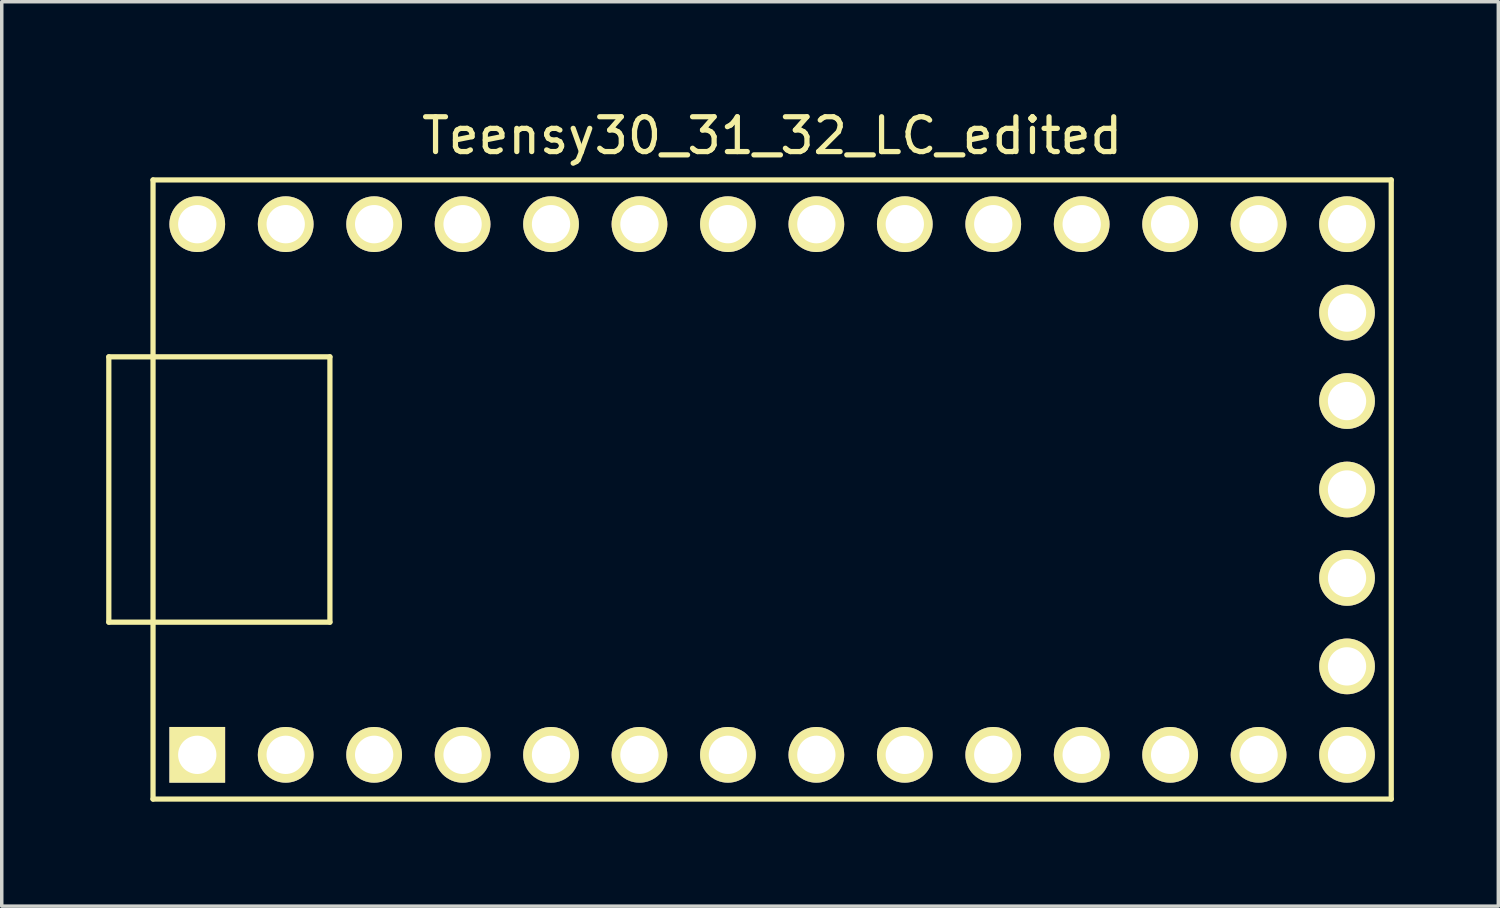
<source format=kicad_pcb>
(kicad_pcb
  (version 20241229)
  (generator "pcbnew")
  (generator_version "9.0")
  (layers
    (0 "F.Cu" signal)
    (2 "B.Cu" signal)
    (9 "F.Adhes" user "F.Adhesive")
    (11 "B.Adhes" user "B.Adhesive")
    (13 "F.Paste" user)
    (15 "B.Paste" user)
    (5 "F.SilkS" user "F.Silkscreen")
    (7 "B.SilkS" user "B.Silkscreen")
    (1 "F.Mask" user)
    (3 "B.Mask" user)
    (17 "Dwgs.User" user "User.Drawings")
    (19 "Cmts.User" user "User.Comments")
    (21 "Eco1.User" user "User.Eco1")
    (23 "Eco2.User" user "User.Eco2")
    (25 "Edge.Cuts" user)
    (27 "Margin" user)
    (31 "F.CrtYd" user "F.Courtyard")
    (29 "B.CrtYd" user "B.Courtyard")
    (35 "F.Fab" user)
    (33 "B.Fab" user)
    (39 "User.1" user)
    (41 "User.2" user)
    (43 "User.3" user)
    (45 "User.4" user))
  (footprint "Teensy30_31_32_LC_edited"
    (layer "F.Cu")
    (at 19.125 11.008)
    (property "Reference" "Teensy30_31_32_LC_edited" (at 0 -10.16 0) (layer "F.SilkS") (effects (font (size 1 1) (thickness 0.15))))
    (attr through_hole)
    (fp_line (start -19.05 -3.81) (end -17.78 -3.81) (stroke (width 0.15) (type solid)) (layer "F.SilkS"))
    (fp_line (start -19.05 3.81) (end -19.05 -3.81) (stroke (width 0.15) (type solid)) (layer "F.SilkS"))
    (fp_line (start -17.78 -8.89) (end 17.78 -8.89) (stroke (width 0.15) (type solid)) (layer "F.SilkS"))
    (fp_line (start -17.78 3.81) (end -19.05 3.81) (stroke (width 0.15) (type solid)) (layer "F.SilkS"))
    (fp_line (start -17.78 8.89) (end -17.78 -8.89) (stroke (width 0.15) (type solid)) (layer "F.SilkS"))
    (fp_line (start -12.7 -3.81) (end -17.78 -3.81) (stroke (width 0.15) (type solid)) (layer "F.SilkS"))
    (fp_line (start -12.7 3.81) (end -17.78 3.81) (stroke (width 0.15) (type solid)) (layer "F.SilkS"))
    (fp_line (start -12.7 3.81) (end -12.7 -3.81) (stroke (width 0.15) (type solid)) (layer "F.SilkS"))
    (fp_line (start 17.78 -8.89) (end 17.78 8.89) (stroke (width 0.15) (type solid)) (layer "F.SilkS"))
    (fp_line (start 17.78 8.89) (end -17.78 8.89) (stroke (width 0.15) (type solid)) (layer "F.SilkS"))
    (pad "1" thru_hole rect (at -16.51 7.62) (size 1.6 1.6) (drill 1.1) (layers "*.Cu" "*.Mask" "F.SilkS"))
    (pad "2" thru_hole circle (at -13.97 7.62) (size 1.6 1.6) (drill 1.1) (layers "*.Cu" "*.Mask" "F.SilkS"))
    (pad "3" thru_hole circle (at -11.43 7.62) (size 1.6 1.6) (drill 1.1) (layers "*.Cu" "*.Mask" "F.SilkS"))
    (pad "4" thru_hole circle (at -8.89 7.62) (size 1.6 1.6) (drill 1.1) (layers "*.Cu" "*.Mask" "F.SilkS"))
    (pad "5" thru_hole circle (at -6.35 7.62) (size 1.6 1.6) (drill 1.1) (layers "*.Cu" "*.Mask" "F.SilkS"))
    (pad "6" thru_hole circle (at -3.81 7.62) (size 1.6 1.6) (drill 1.1) (layers "*.Cu" "*.Mask" "F.SilkS"))
    (pad "7" thru_hole circle (at -1.27 7.62) (size 1.6 1.6) (drill 1.1) (layers "*.Cu" "*.Mask" "F.SilkS"))
    (pad "8" thru_hole circle (at 1.27 7.62) (size 1.6 1.6) (drill 1.1) (layers "*.Cu" "*.Mask" "F.SilkS"))
    (pad "9" thru_hole circle (at 3.81 7.62) (size 1.6 1.6) (drill 1.1) (layers "*.Cu" "*.Mask" "F.SilkS"))
    (pad "10" thru_hole circle (at 6.35 7.62) (size 1.6 1.6) (drill 1.1) (layers "*.Cu" "*.Mask" "F.SilkS"))
    (pad "11" thru_hole circle (at 8.89 7.62) (size 1.6 1.6) (drill 1.1) (layers "*.Cu" "*.Mask" "F.SilkS"))
    (pad "12" thru_hole circle (at 11.43 7.62) (size 1.6 1.6) (drill 1.1) (layers "*.Cu" "*.Mask" "F.SilkS"))
    (pad "13" thru_hole circle (at 13.97 7.62) (size 1.6 1.6) (drill 1.1) (layers "*.Cu" "*.Mask" "F.SilkS"))
    (pad "14" thru_hole circle (at 16.51 7.62) (size 1.6 1.6) (drill 1.1) (layers "*.Cu" "*.Mask" "F.SilkS"))
    (pad "15" thru_hole circle (at 16.51 5.08) (size 1.6 1.6) (drill 1.1) (layers "*.Cu" "*.Mask" "F.SilkS"))
    (pad "16" thru_hole circle (at 16.51 2.54) (size 1.6 1.6) (drill 1.1) (layers "*.Cu" "*.Mask" "F.SilkS"))
    (pad "17" thru_hole circle (at 16.51 0) (size 1.6 1.6) (drill 1.1) (layers "*.Cu" "*.Mask" "F.SilkS"))
    (pad "18" thru_hole circle (at 16.51 -2.54) (size 1.6 1.6) (drill 1.1) (layers "*.Cu" "*.Mask" "F.SilkS"))
    (pad "19" thru_hole circle (at 16.51 -5.08) (size 1.6 1.6) (drill 1.1) (layers "*.Cu" "*.Mask" "F.SilkS"))
    (pad "20" thru_hole circle (at 16.51 -7.62) (size 1.6 1.6) (drill 1.1) (layers "*.Cu" "*.Mask" "F.SilkS"))
    (pad "21" thru_hole circle (at 13.97 -7.62) (size 1.6 1.6) (drill 1.1) (layers "*.Cu" "*.Mask" "F.SilkS"))
    (pad "22" thru_hole circle (at 11.43 -7.62) (size 1.6 1.6) (drill 1.1) (layers "*.Cu" "*.Mask" "F.SilkS"))
    (pad "23" thru_hole circle (at 8.89 -7.62) (size 1.6 1.6) (drill 1.1) (layers "*.Cu" "*.Mask" "F.SilkS"))
    (pad "24" thru_hole circle (at 6.35 -7.62) (size 1.6 1.6) (drill 1.1) (layers "*.Cu" "*.Mask" "F.SilkS"))
    (pad "25" thru_hole circle (at 3.81 -7.62) (size 1.6 1.6) (drill 1.1) (layers "*.Cu" "*.Mask" "F.SilkS"))
    (pad "26" thru_hole circle (at 1.27 -7.62) (size 1.6 1.6) (drill 1.1) (layers "*.Cu" "*.Mask" "F.SilkS"))
    (pad "27" thru_hole circle (at -1.27 -7.62) (size 1.6 1.6) (drill 1.1) (layers "*.Cu" "*.Mask" "F.SilkS"))
    (pad "28" thru_hole circle (at -3.81 -7.62) (size 1.6 1.6) (drill 1.1) (layers "*.Cu" "*.Mask" "F.SilkS"))
    (pad "29" thru_hole circle (at -6.35 -7.62) (size 1.6 1.6) (drill 1.1) (layers "*.Cu" "*.Mask" "F.SilkS"))
    (pad "30" thru_hole circle (at -8.89 -7.62) (size 1.6 1.6) (drill 1.1) (layers "*.Cu" "*.Mask" "F.SilkS"))
    (pad "31" thru_hole circle (at -11.43 -7.62) (size 1.6 1.6) (drill 1.1) (layers "*.Cu" "*.Mask" "F.SilkS"))
    (pad "32" thru_hole circle (at -13.97 -7.62) (size 1.6 1.6) (drill 1.1) (layers "*.Cu" "*.Mask" "F.SilkS"))
    (pad "33" thru_hole circle (at -16.51 -7.62) (size 1.6 1.6) (drill 1.1) (layers "*.Cu" "*.Mask" "F.SilkS")))
  (gr_rect
    (start -3 -3)
    (end 39.98 22.973)
    (stroke (width 0.1) (type default))
    (fill no)
    (layer "Edge.Cuts")))
</source>
